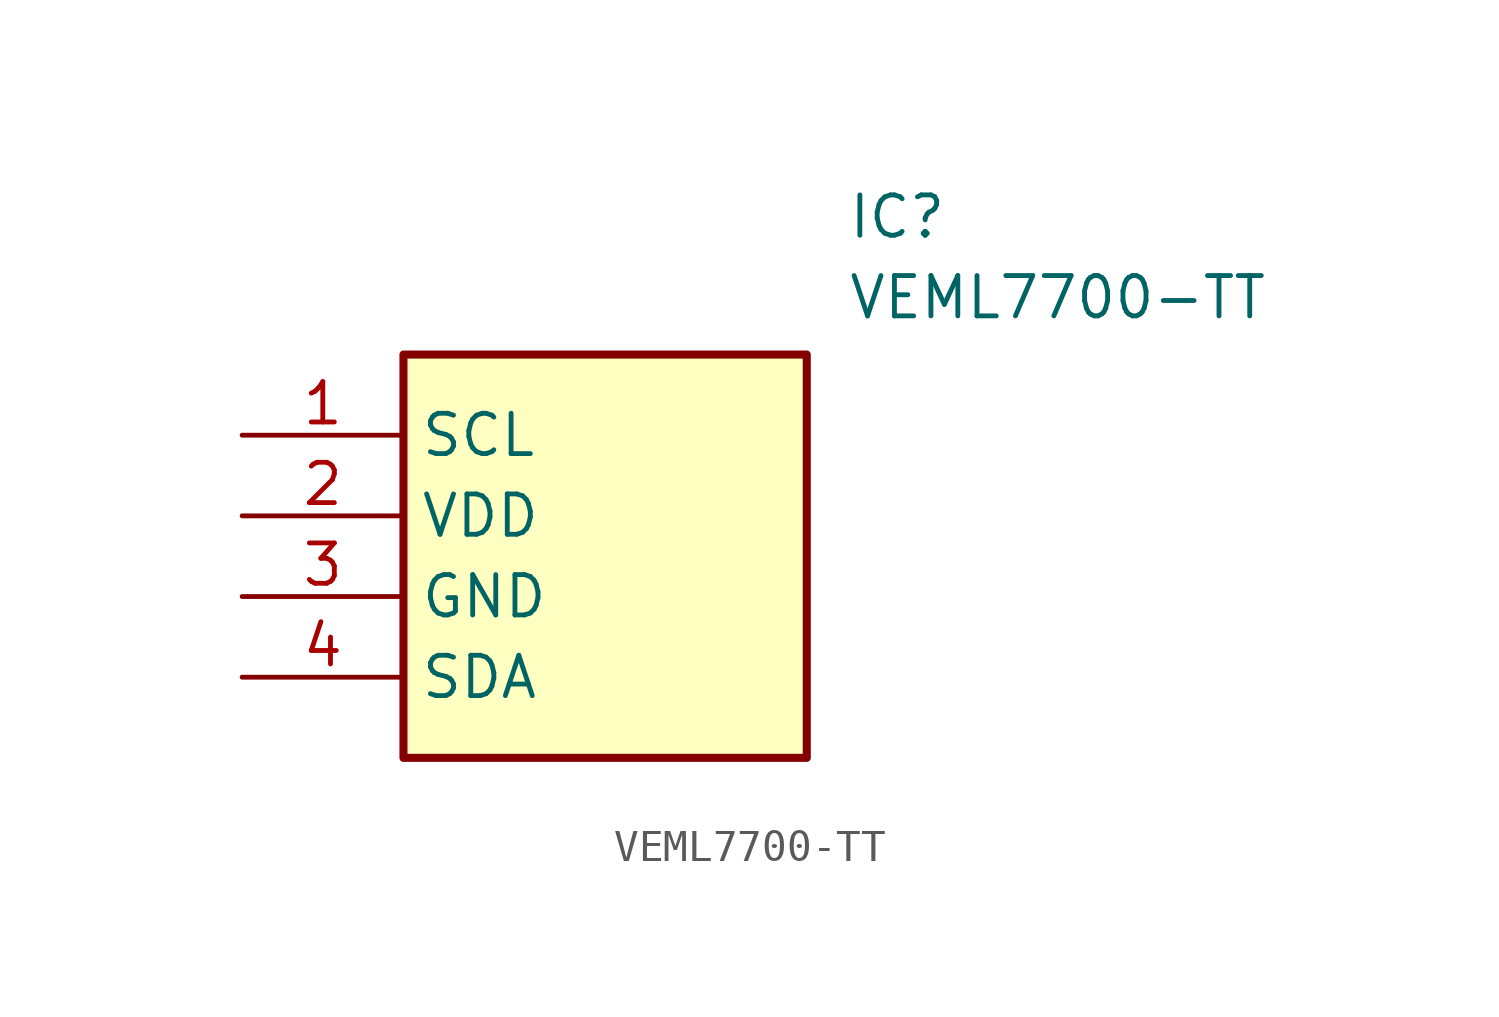
<source format=kicad_sym>
(kicad_symbol_lib
  (version 20211014)
  (generator SamacSys_ECAD_Model)
  (symbol "VEML7700-TT"
    (property "Reference" "IC"
      (at 19.05 7.62 0)
      (effects (font (size 1.27 1.27)) (justify left top)))
    (property "Value" "VEML7700-TT"
      (at 19.05 5.08 0)
      (effects (font (size 1.27 1.27)) (justify left top)))
    (rectangle
      (start 5.08 2.54)
      (end 17.78 -10.16)
      (stroke (width 0.254) (type default))
      (fill (type background)))
    (pin passive line
      (at 0 0 0)
      (length 5.08)
      (name "SCL" (effects (font (size 1.27 1.27))))
      (number "1" (effects (font (size 1.27 1.27)))))
    (pin passive line
      (at 0 -2.54 0)
      (length 5.08)
      (name "VDD" (effects (font (size 1.27 1.27))))
      (number "2" (effects (font (size 1.27 1.27)))))
    (pin passive line
      (at 0 -5.08 0)
      (length 5.08)
      (name "GND" (effects (font (size 1.27 1.27))))
      (number "3" (effects (font (size 1.27 1.27)))))
    (pin passive line
      (at 0 -7.62 0)
      (length 5.08)
      (name "SDA" (effects (font (size 1.27 1.27))))
      (number "4" (effects (font (size 1.27 1.27)))))))
</source>
